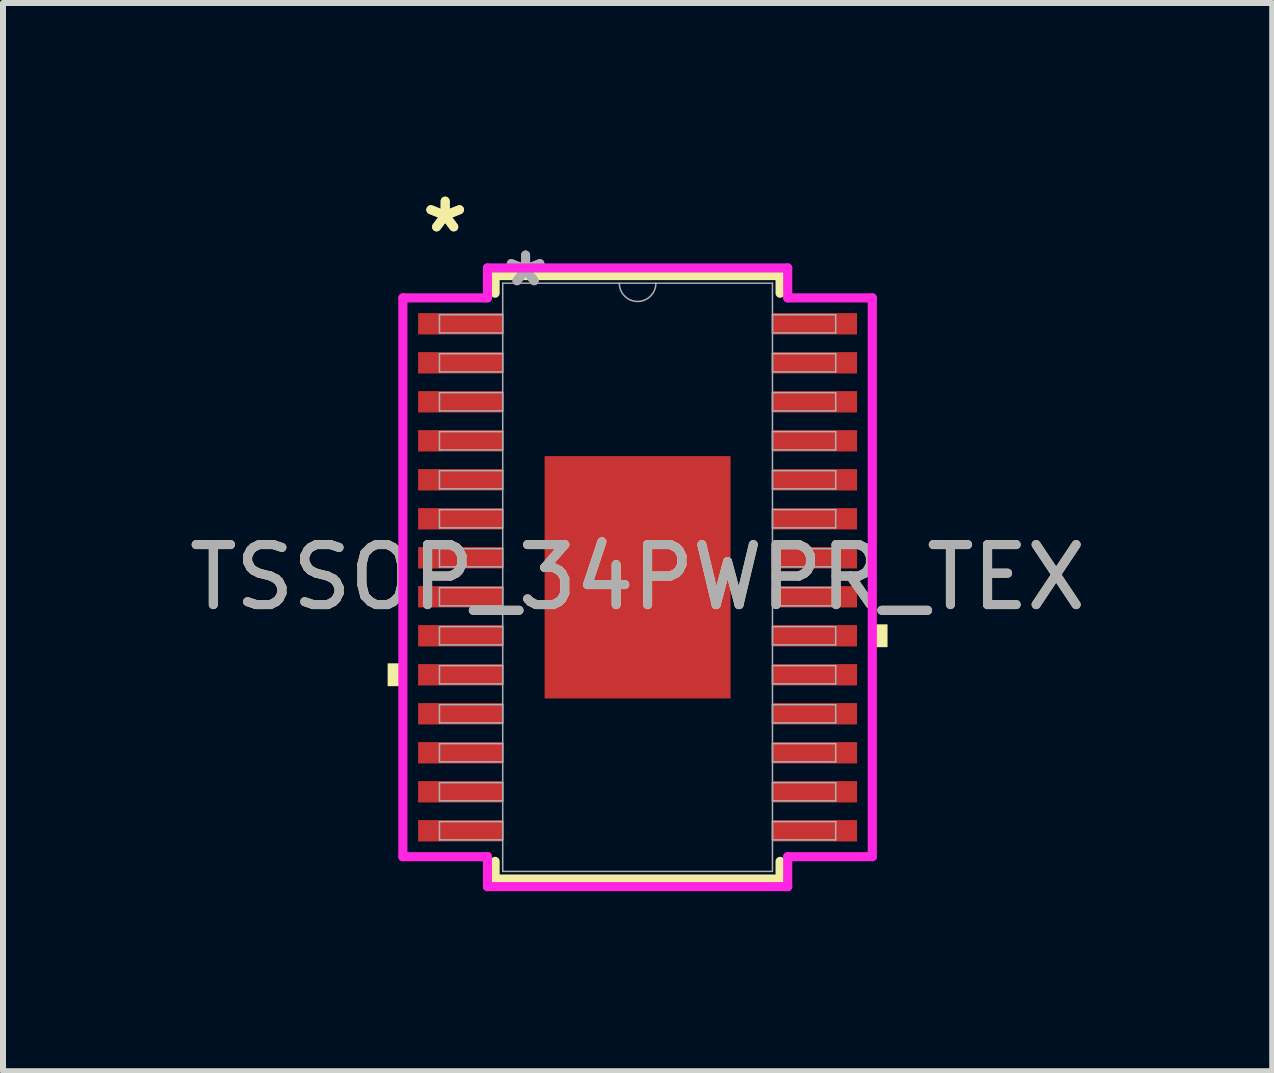
<source format=kicad_pcb>
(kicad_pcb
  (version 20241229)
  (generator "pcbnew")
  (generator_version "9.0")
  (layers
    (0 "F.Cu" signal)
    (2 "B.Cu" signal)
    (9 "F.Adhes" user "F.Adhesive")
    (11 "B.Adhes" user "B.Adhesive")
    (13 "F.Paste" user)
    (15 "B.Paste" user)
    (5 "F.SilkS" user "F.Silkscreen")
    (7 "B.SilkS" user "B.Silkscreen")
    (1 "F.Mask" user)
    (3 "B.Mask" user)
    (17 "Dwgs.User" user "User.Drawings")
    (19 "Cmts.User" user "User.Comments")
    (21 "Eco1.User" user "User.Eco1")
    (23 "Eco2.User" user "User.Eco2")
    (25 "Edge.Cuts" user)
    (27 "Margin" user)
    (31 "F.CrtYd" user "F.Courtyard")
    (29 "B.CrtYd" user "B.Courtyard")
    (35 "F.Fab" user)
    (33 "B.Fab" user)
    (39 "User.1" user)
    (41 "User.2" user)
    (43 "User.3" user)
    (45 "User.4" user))
  (footprint "TSSOP_34PWPR_TEX"
    (layer "F.Cu")
    (at 7.577 6.572)
    (property "Reference" "TSSOP_34PWPR_TEX" (at 0 0 0) (unlocked yes) (layer "F.SilkS") (effects (font (size 1 1) (thickness 0.15))))
    (attr smd)
    (fp_line (start -2.375 -5.029) (end -2.375 -4.735) (stroke (width 0.152) (type solid)) (layer "F.SilkS"))
    (fp_line (start -2.375 4.735) (end -2.375 5.029) (stroke (width 0.152) (type solid)) (layer "F.SilkS"))
    (fp_line (start -2.375 5.029) (end 2.375 5.029) (stroke (width 0.152) (type solid)) (layer "F.SilkS"))
    (fp_line (start 2.375 -5.029) (end -2.375 -5.029) (stroke (width 0.152) (type solid)) (layer "F.SilkS"))
    (fp_line (start 2.375 -4.735) (end 2.375 -5.029) (stroke (width 0.152) (type solid)) (layer "F.SilkS"))
    (fp_line (start 2.375 5.029) (end 2.375 4.735) (stroke (width 0.152) (type solid)) (layer "F.SilkS"))
    (fp_poly (pts (xy -4.166 1.434) (xy -4.166 1.815) (xy -3.912 1.815) (xy -3.912 1.434)) (stroke (width 0) (type solid)) (fill yes) (layer "F.SilkS"))
    (fp_poly (pts (xy 4.166 0.784) (xy 4.166 1.165) (xy 3.912 1.165) (xy 3.912 0.784)) (stroke (width 0) (type solid)) (fill yes) (layer "F.SilkS"))
    (fp_poly (pts (xy -1.449 -1.919) (xy -1.449 -0.773) (xy -0.1 -0.773) (xy -0.1 -1.919)) (stroke (width 0) (type solid)) (fill yes) (layer "F.Paste"))
    (fp_poly (pts (xy -1.449 -0.573) (xy -1.449 0.573) (xy -0.1 0.573) (xy -0.1 -0.573)) (stroke (width 0) (type solid)) (fill yes) (layer "F.Paste"))
    (fp_poly (pts (xy -1.449 0.773) (xy -1.449 1.919) (xy -0.1 1.919) (xy -0.1 0.773)) (stroke (width 0) (type solid)) (fill yes) (layer "F.Paste"))
    (fp_poly (pts (xy 0.1 -1.919) (xy 0.1 -0.773) (xy 1.449 -0.773) (xy 1.449 -1.919)) (stroke (width 0) (type solid)) (fill yes) (layer "F.Paste"))
    (fp_poly (pts (xy 0.1 -0.573) (xy 0.1 0.573) (xy 1.449 0.573) (xy 1.449 -0.573)) (stroke (width 0) (type solid)) (fill yes) (layer "F.Paste"))
    (fp_poly (pts (xy 0.1 0.773) (xy 0.1 1.919) (xy 1.449 1.919) (xy 1.449 0.773)) (stroke (width 0) (type solid)) (fill yes) (layer "F.Paste"))
    (fp_line (start -3.912 -4.657) (end -2.502 -4.657) (stroke (width 0.152) (type solid)) (layer "F.CrtYd"))
    (fp_line (start -3.912 4.657) (end -3.912 -4.657) (stroke (width 0.152) (type solid)) (layer "F.CrtYd"))
    (fp_line (start -3.912 4.657) (end -2.502 4.657) (stroke (width 0.152) (type solid)) (layer "F.CrtYd"))
    (fp_line (start -2.502 -5.156) (end 2.502 -5.156) (stroke (width 0.152) (type solid)) (layer "F.CrtYd"))
    (fp_line (start -2.502 -4.657) (end -2.502 -5.156) (stroke (width 0.152) (type solid)) (layer "F.CrtYd"))
    (fp_line (start -2.502 5.156) (end -2.502 4.657) (stroke (width 0.152) (type solid)) (layer "F.CrtYd"))
    (fp_line (start 2.502 -5.156) (end 2.502 -4.657) (stroke (width 0.152) (type solid)) (layer "F.CrtYd"))
    (fp_line (start 2.502 4.657) (end 2.502 5.156) (stroke (width 0.152) (type solid)) (layer "F.CrtYd"))
    (fp_line (start 2.502 5.156) (end -2.502 5.156) (stroke (width 0.152) (type solid)) (layer "F.CrtYd"))
    (fp_line (start 3.912 -4.657) (end 2.502 -4.657) (stroke (width 0.152) (type solid)) (layer "F.CrtYd"))
    (fp_line (start 3.912 -4.657) (end 3.912 4.657) (stroke (width 0.152) (type solid)) (layer "F.CrtYd"))
    (fp_line (start 3.912 4.657) (end 2.502 4.657) (stroke (width 0.152) (type solid)) (layer "F.CrtYd"))
    (fp_line (start -3.302 -4.377) (end -3.302 -4.073) (stroke (width 0.025) (type solid)) (layer "F.Fab"))
    (fp_line (start -3.302 -4.073) (end -2.248 -4.073) (stroke (width 0.025) (type solid)) (layer "F.Fab"))
    (fp_line (start -3.302 -3.727) (end -3.302 -3.423) (stroke (width 0.025) (type solid)) (layer "F.Fab"))
    (fp_line (start -3.302 -3.423) (end -2.248 -3.423) (stroke (width 0.025) (type solid)) (layer "F.Fab"))
    (fp_line (start -3.302 -3.077) (end -3.302 -2.773) (stroke (width 0.025) (type solid)) (layer "F.Fab"))
    (fp_line (start -3.302 -2.773) (end -2.248 -2.773) (stroke (width 0.025) (type solid)) (layer "F.Fab"))
    (fp_line (start -3.302 -2.427) (end -3.302 -2.123) (stroke (width 0.025) (type solid)) (layer "F.Fab"))
    (fp_line (start -3.302 -2.123) (end -2.248 -2.123) (stroke (width 0.025) (type solid)) (layer "F.Fab"))
    (fp_line (start -3.302 -1.777) (end -3.302 -1.473) (stroke (width 0.025) (type solid)) (layer "F.Fab"))
    (fp_line (start -3.302 -1.473) (end -2.248 -1.473) (stroke (width 0.025) (type solid)) (layer "F.Fab"))
    (fp_line (start -3.302 -1.127) (end -3.302 -0.823) (stroke (width 0.025) (type solid)) (layer "F.Fab"))
    (fp_line (start -3.302 -0.823) (end -2.248 -0.823) (stroke (width 0.025) (type solid)) (layer "F.Fab"))
    (fp_line (start -3.302 -0.477) (end -3.302 -0.173) (stroke (width 0.025) (type solid)) (layer "F.Fab"))
    (fp_line (start -3.302 -0.173) (end -2.248 -0.173) (stroke (width 0.025) (type solid)) (layer "F.Fab"))
    (fp_line (start -3.302 0.173) (end -3.302 0.477) (stroke (width 0.025) (type solid)) (layer "F.Fab"))
    (fp_line (start -3.302 0.477) (end -2.248 0.477) (stroke (width 0.025) (type solid)) (layer "F.Fab"))
    (fp_line (start -3.302 0.823) (end -3.302 1.127) (stroke (width 0.025) (type solid)) (layer "F.Fab"))
    (fp_line (start -3.302 1.127) (end -2.248 1.127) (stroke (width 0.025) (type solid)) (layer "F.Fab"))
    (fp_line (start -3.302 1.473) (end -3.302 1.777) (stroke (width 0.025) (type solid)) (layer "F.Fab"))
    (fp_line (start -3.302 1.777) (end -2.248 1.777) (stroke (width 0.025) (type solid)) (layer "F.Fab"))
    (fp_line (start -3.302 2.123) (end -3.302 2.427) (stroke (width 0.025) (type solid)) (layer "F.Fab"))
    (fp_line (start -3.302 2.427) (end -2.248 2.427) (stroke (width 0.025) (type solid)) (layer "F.Fab"))
    (fp_line (start -3.302 2.773) (end -3.302 3.077) (stroke (width 0.025) (type solid)) (layer "F.Fab"))
    (fp_line (start -3.302 3.077) (end -2.248 3.077) (stroke (width 0.025) (type solid)) (layer "F.Fab"))
    (fp_line (start -3.302 3.423) (end -3.302 3.727) (stroke (width 0.025) (type solid)) (layer "F.Fab"))
    (fp_line (start -3.302 3.727) (end -2.248 3.727) (stroke (width 0.025) (type solid)) (layer "F.Fab"))
    (fp_line (start -3.302 4.073) (end -3.302 4.377) (stroke (width 0.025) (type solid)) (layer "F.Fab"))
    (fp_line (start -3.302 4.377) (end -2.248 4.377) (stroke (width 0.025) (type solid)) (layer "F.Fab"))
    (fp_line (start -2.248 -4.902) (end -2.248 4.902) (stroke (width 0.025) (type solid)) (layer "F.Fab"))
    (fp_line (start -2.248 -4.377) (end -3.302 -4.377) (stroke (width 0.025) (type solid)) (layer "F.Fab"))
    (fp_line (start -2.248 -4.073) (end -2.248 -4.377) (stroke (width 0.025) (type solid)) (layer "F.Fab"))
    (fp_line (start -2.248 -3.727) (end -3.302 -3.727) (stroke (width 0.025) (type solid)) (layer "F.Fab"))
    (fp_line (start -2.248 -3.423) (end -2.248 -3.727) (stroke (width 0.025) (type solid)) (layer "F.Fab"))
    (fp_line (start -2.248 -3.077) (end -3.302 -3.077) (stroke (width 0.025) (type solid)) (layer "F.Fab"))
    (fp_line (start -2.248 -2.773) (end -2.248 -3.077) (stroke (width 0.025) (type solid)) (layer "F.Fab"))
    (fp_line (start -2.248 -2.427) (end -3.302 -2.427) (stroke (width 0.025) (type solid)) (layer "F.Fab"))
    (fp_line (start -2.248 -2.123) (end -2.248 -2.427) (stroke (width 0.025) (type solid)) (layer "F.Fab"))
    (fp_line (start -2.248 -1.777) (end -3.302 -1.777) (stroke (width 0.025) (type solid)) (layer "F.Fab"))
    (fp_line (start -2.248 -1.473) (end -2.248 -1.777) (stroke (width 0.025) (type solid)) (layer "F.Fab"))
    (fp_line (start -2.248 -1.127) (end -3.302 -1.127) (stroke (width 0.025) (type solid)) (layer "F.Fab"))
    (fp_line (start -2.248 -0.823) (end -2.248 -1.127) (stroke (width 0.025) (type solid)) (layer "F.Fab"))
    (fp_line (start -2.248 -0.477) (end -3.302 -0.477) (stroke (width 0.025) (type solid)) (layer "F.Fab"))
    (fp_line (start -2.248 -0.173) (end -2.248 -0.477) (stroke (width 0.025) (type solid)) (layer "F.Fab"))
    (fp_line (start -2.248 0.173) (end -3.302 0.173) (stroke (width 0.025) (type solid)) (layer "F.Fab"))
    (fp_line (start -2.248 0.477) (end -2.248 0.173) (stroke (width 0.025) (type solid)) (layer "F.Fab"))
    (fp_line (start -2.248 0.823) (end -3.302 0.823) (stroke (width 0.025) (type solid)) (layer "F.Fab"))
    (fp_line (start -2.248 1.127) (end -2.248 0.823) (stroke (width 0.025) (type solid)) (layer "F.Fab"))
    (fp_line (start -2.248 1.473) (end -3.302 1.473) (stroke (width 0.025) (type solid)) (layer "F.Fab"))
    (fp_line (start -2.248 1.777) (end -2.248 1.473) (stroke (width 0.025) (type solid)) (layer "F.Fab"))
    (fp_line (start -2.248 2.123) (end -3.302 2.123) (stroke (width 0.025) (type solid)) (layer "F.Fab"))
    (fp_line (start -2.248 2.427) (end -2.248 2.123) (stroke (width 0.025) (type solid)) (layer "F.Fab"))
    (fp_line (start -2.248 2.773) (end -3.302 2.773) (stroke (width 0.025) (type solid)) (layer "F.Fab"))
    (fp_line (start -2.248 3.077) (end -2.248 2.773) (stroke (width 0.025) (type solid)) (layer "F.Fab"))
    (fp_line (start -2.248 3.423) (end -3.302 3.423) (stroke (width 0.025) (type solid)) (layer "F.Fab"))
    (fp_line (start -2.248 3.727) (end -2.248 3.423) (stroke (width 0.025) (type solid)) (layer "F.Fab"))
    (fp_line (start -2.248 4.073) (end -3.302 4.073) (stroke (width 0.025) (type solid)) (layer "F.Fab"))
    (fp_line (start -2.248 4.377) (end -2.248 4.073) (stroke (width 0.025) (type solid)) (layer "F.Fab"))
    (fp_line (start -2.248 4.902) (end 2.248 4.902) (stroke (width 0.025) (type solid)) (layer "F.Fab"))
    (fp_line (start 2.248 -4.902) (end -2.248 -4.902) (stroke (width 0.025) (type solid)) (layer "F.Fab"))
    (fp_line (start 2.248 -4.377) (end 2.248 -4.073) (stroke (width 0.025) (type solid)) (layer "F.Fab"))
    (fp_line (start 2.248 -4.073) (end 3.302 -4.073) (stroke (width 0.025) (type solid)) (layer "F.Fab"))
    (fp_line (start 2.248 -3.727) (end 2.248 -3.423) (stroke (width 0.025) (type solid)) (layer "F.Fab"))
    (fp_line (start 2.248 -3.423) (end 3.302 -3.423) (stroke (width 0.025) (type solid)) (layer "F.Fab"))
    (fp_line (start 2.248 -3.077) (end 2.248 -2.773) (stroke (width 0.025) (type solid)) (layer "F.Fab"))
    (fp_line (start 2.248 -2.773) (end 3.302 -2.773) (stroke (width 0.025) (type solid)) (layer "F.Fab"))
    (fp_line (start 2.248 -2.427) (end 2.248 -2.123) (stroke (width 0.025) (type solid)) (layer "F.Fab"))
    (fp_line (start 2.248 -2.123) (end 3.302 -2.123) (stroke (width 0.025) (type solid)) (layer "F.Fab"))
    (fp_line (start 2.248 -1.777) (end 2.248 -1.473) (stroke (width 0.025) (type solid)) (layer "F.Fab"))
    (fp_line (start 2.248 -1.473) (end 3.302 -1.473) (stroke (width 0.025) (type solid)) (layer "F.Fab"))
    (fp_line (start 2.248 -1.127) (end 2.248 -0.823) (stroke (width 0.025) (type solid)) (layer "F.Fab"))
    (fp_line (start 2.248 -0.823) (end 3.302 -0.823) (stroke (width 0.025) (type solid)) (layer "F.Fab"))
    (fp_line (start 2.248 -0.477) (end 2.248 -0.173) (stroke (width 0.025) (type solid)) (layer "F.Fab"))
    (fp_line (start 2.248 -0.173) (end 3.302 -0.173) (stroke (width 0.025) (type solid)) (layer "F.Fab"))
    (fp_line (start 2.248 0.173) (end 2.248 0.477) (stroke (width 0.025) (type solid)) (layer "F.Fab"))
    (fp_line (start 2.248 0.477) (end 3.302 0.477) (stroke (width 0.025) (type solid)) (layer "F.Fab"))
    (fp_line (start 2.248 0.823) (end 2.248 1.127) (stroke (width 0.025) (type solid)) (layer "F.Fab"))
    (fp_line (start 2.248 1.127) (end 3.302 1.127) (stroke (width 0.025) (type solid)) (layer "F.Fab"))
    (fp_line (start 2.248 1.473) (end 2.248 1.777) (stroke (width 0.025) (type solid)) (layer "F.Fab"))
    (fp_line (start 2.248 1.777) (end 3.302 1.777) (stroke (width 0.025) (type solid)) (layer "F.Fab"))
    (fp_line (start 2.248 2.123) (end 2.248 2.427) (stroke (width 0.025) (type solid)) (layer "F.Fab"))
    (fp_line (start 2.248 2.427) (end 3.302 2.427) (stroke (width 0.025) (type solid)) (layer "F.Fab"))
    (fp_line (start 2.248 2.773) (end 2.248 3.077) (stroke (width 0.025) (type solid)) (layer "F.Fab"))
    (fp_line (start 2.248 3.077) (end 3.302 3.077) (stroke (width 0.025) (type solid)) (layer "F.Fab"))
    (fp_line (start 2.248 3.423) (end 2.248 3.727) (stroke (width 0.025) (type solid)) (layer "F.Fab"))
    (fp_line (start 2.248 3.727) (end 3.302 3.727) (stroke (width 0.025) (type solid)) (layer "F.Fab"))
    (fp_line (start 2.248 4.073) (end 2.248 4.377) (stroke (width 0.025) (type solid)) (layer "F.Fab"))
    (fp_line (start 2.248 4.377) (end 3.302 4.377) (stroke (width 0.025) (type solid)) (layer "F.Fab"))
    (fp_line (start 2.248 4.902) (end 2.248 -4.902) (stroke (width 0.025) (type solid)) (layer "F.Fab"))
    (fp_line (start 3.302 -4.377) (end 2.248 -4.377) (stroke (width 0.025) (type solid)) (layer "F.Fab"))
    (fp_line (start 3.302 -4.073) (end 3.302 -4.377) (stroke (width 0.025) (type solid)) (layer "F.Fab"))
    (fp_line (start 3.302 -3.727) (end 2.248 -3.727) (stroke (width 0.025) (type solid)) (layer "F.Fab"))
    (fp_line (start 3.302 -3.423) (end 3.302 -3.727) (stroke (width 0.025) (type solid)) (layer "F.Fab"))
    (fp_line (start 3.302 -3.077) (end 2.248 -3.077) (stroke (width 0.025) (type solid)) (layer "F.Fab"))
    (fp_line (start 3.302 -2.773) (end 3.302 -3.077) (stroke (width 0.025) (type solid)) (layer "F.Fab"))
    (fp_line (start 3.302 -2.427) (end 2.248 -2.427) (stroke (width 0.025) (type solid)) (layer "F.Fab"))
    (fp_line (start 3.302 -2.123) (end 3.302 -2.427) (stroke (width 0.025) (type solid)) (layer "F.Fab"))
    (fp_line (start 3.302 -1.777) (end 2.248 -1.777) (stroke (width 0.025) (type solid)) (layer "F.Fab"))
    (fp_line (start 3.302 -1.473) (end 3.302 -1.777) (stroke (width 0.025) (type solid)) (layer "F.Fab"))
    (fp_line (start 3.302 -1.127) (end 2.248 -1.127) (stroke (width 0.025) (type solid)) (layer "F.Fab"))
    (fp_line (start 3.302 -0.823) (end 3.302 -1.127) (stroke (width 0.025) (type solid)) (layer "F.Fab"))
    (fp_line (start 3.302 -0.477) (end 2.248 -0.477) (stroke (width 0.025) (type solid)) (layer "F.Fab"))
    (fp_line (start 3.302 -0.173) (end 3.302 -0.477) (stroke (width 0.025) (type solid)) (layer "F.Fab"))
    (fp_line (start 3.302 0.173) (end 2.248 0.173) (stroke (width 0.025) (type solid)) (layer "F.Fab"))
    (fp_line (start 3.302 0.477) (end 3.302 0.173) (stroke (width 0.025) (type solid)) (layer "F.Fab"))
    (fp_line (start 3.302 0.823) (end 2.248 0.823) (stroke (width 0.025) (type solid)) (layer "F.Fab"))
    (fp_line (start 3.302 1.127) (end 3.302 0.823) (stroke (width 0.025) (type solid)) (layer "F.Fab"))
    (fp_line (start 3.302 1.473) (end 2.248 1.473) (stroke (width 0.025) (type solid)) (layer "F.Fab"))
    (fp_line (start 3.302 1.777) (end 3.302 1.473) (stroke (width 0.025) (type solid)) (layer "F.Fab"))
    (fp_line (start 3.302 2.123) (end 2.248 2.123) (stroke (width 0.025) (type solid)) (layer "F.Fab"))
    (fp_line (start 3.302 2.427) (end 3.302 2.123) (stroke (width 0.025) (type solid)) (layer "F.Fab"))
    (fp_line (start 3.302 2.773) (end 2.248 2.773) (stroke (width 0.025) (type solid)) (layer "F.Fab"))
    (fp_line (start 3.302 3.077) (end 3.302 2.773) (stroke (width 0.025) (type solid)) (layer "F.Fab"))
    (fp_line (start 3.302 3.423) (end 2.248 3.423) (stroke (width 0.025) (type solid)) (layer "F.Fab"))
    (fp_line (start 3.302 3.727) (end 3.302 3.423) (stroke (width 0.025) (type solid)) (layer "F.Fab"))
    (fp_line (start 3.302 4.073) (end 2.248 4.073) (stroke (width 0.025) (type solid)) (layer "F.Fab"))
    (fp_line (start 3.302 4.377) (end 3.302 4.073) (stroke (width 0.025) (type solid)) (layer "F.Fab"))
    (fp_arc (start 0.3048 -4.9022) (mid 0 -4.5974) (end -0.3048 -4.9022) (stroke (width 0.0254) (type solid)) (layer "F.Fab"))
    (fp_text user "*" (at -3.207 -5.724 0) (unlocked yes) (layer "F.SilkS") (effects (font (size 1 1) (thickness 0.15))))
    (fp_text user "*" (at -3.207 -5.724 0) (layer "F.SilkS") (effects (font (size 1 1) (thickness 0.15))))
    (fp_text user "*" (at -1.867 -4.826 0) (layer "F.Fab") (effects (font (size 1 1) (thickness 0.15))))
    (fp_text user "${REFERENCE}" (at 0 0 0) (unlocked yes) (layer "F.Fab") (effects (font (size 1 1) (thickness 0.15))))
    (fp_text user "*" (at -1.867 -4.826 0) (unlocked yes) (layer "F.Fab") (effects (font (size 1 1) (thickness 0.15))))
    (pad "1" smd rect (at -2.953 -4.225) (size 1.41 0.356) (layers "F.Cu" "F.Mask" "F.Paste"))
    (pad "2" smd rect (at -2.953 -3.575) (size 1.41 0.356) (layers "F.Cu" "F.Mask" "F.Paste"))
    (pad "3" smd rect (at -2.953 -2.925) (size 1.41 0.356) (layers "F.Cu" "F.Mask" "F.Paste"))
    (pad "4" smd rect (at -2.953 -2.275) (size 1.41 0.356) (layers "F.Cu" "F.Mask" "F.Paste"))
    (pad "5" smd rect (at -2.953 -1.625) (size 1.41 0.356) (layers "F.Cu" "F.Mask" "F.Paste"))
    (pad "6" smd rect (at -2.953 -0.975) (size 1.41 0.356) (layers "F.Cu" "F.Mask" "F.Paste"))
    (pad "7" smd rect (at -2.953 -0.325) (size 1.41 0.356) (layers "F.Cu" "F.Mask" "F.Paste"))
    (pad "8" smd rect (at -2.953 0.325) (size 1.41 0.356) (layers "F.Cu" "F.Mask" "F.Paste"))
    (pad "9" smd rect (at -2.953 0.975) (size 1.41 0.356) (layers "F.Cu" "F.Mask" "F.Paste"))
    (pad "10" smd rect (at -2.953 1.625) (size 1.41 0.356) (layers "F.Cu" "F.Mask" "F.Paste"))
    (pad "11" smd rect (at -2.953 2.275) (size 1.41 0.356) (layers "F.Cu" "F.Mask" "F.Paste"))
    (pad "12" smd rect (at -2.953 2.925) (size 1.41 0.356) (layers "F.Cu" "F.Mask" "F.Paste"))
    (pad "13" smd rect (at -2.953 3.575) (size 1.41 0.356) (layers "F.Cu" "F.Mask" "F.Paste"))
    (pad "14" smd rect (at -2.953 4.225) (size 1.41 0.356) (layers "F.Cu" "F.Mask" "F.Paste"))
    (pad "15" smd rect (at 2.953 4.225) (size 1.41 0.356) (layers "F.Cu" "F.Mask" "F.Paste"))
    (pad "16" smd rect (at 2.953 3.575) (size 1.41 0.356) (layers "F.Cu" "F.Mask" "F.Paste"))
    (pad "17" smd rect (at 2.953 2.925) (size 1.41 0.356) (layers "F.Cu" "F.Mask" "F.Paste"))
    (pad "18" smd rect (at 2.953 2.275) (size 1.41 0.356) (layers "F.Cu" "F.Mask" "F.Paste"))
    (pad "19" smd rect (at 2.953 1.625) (size 1.41 0.356) (layers "F.Cu" "F.Mask" "F.Paste"))
    (pad "20" smd rect (at 2.953 0.975) (size 1.41 0.356) (layers "F.Cu" "F.Mask" "F.Paste"))
    (pad "21" smd rect (at 2.953 0.325) (size 1.41 0.356) (layers "F.Cu" "F.Mask" "F.Paste"))
    (pad "22" smd rect (at 2.953 -0.325) (size 1.41 0.356) (layers "F.Cu" "F.Mask" "F.Paste"))
    (pad "23" smd rect (at 2.953 -0.975) (size 1.41 0.356) (layers "F.Cu" "F.Mask" "F.Paste"))
    (pad "24" smd rect (at 2.953 -1.625) (size 1.41 0.356) (layers "F.Cu" "F.Mask" "F.Paste"))
    (pad "25" smd rect (at 2.953 -2.275) (size 1.41 0.356) (layers "F.Cu" "F.Mask" "F.Paste"))
    (pad "26" smd rect (at 2.953 -2.925) (size 1.41 0.356) (layers "F.Cu" "F.Mask" "F.Paste"))
    (pad "27" smd rect (at 2.953 -3.575) (size 1.41 0.356) (layers "F.Cu" "F.Mask" "F.Paste"))
    (pad "28" smd rect (at 2.953 -4.225) (size 1.41 0.356) (layers "F.Cu" "F.Mask" "F.Paste"))
    (pad "EPAD" smd rect (at 0 0) (size 3.099 4.039) (layers "F.Cu" "F.Mask")))
  (gr_rect
    (start -3 -3)
    (end 18.155 14.804)
    (stroke (width 0.1) (type default))
    (fill no)
    (layer "Edge.Cuts")))
</source>
